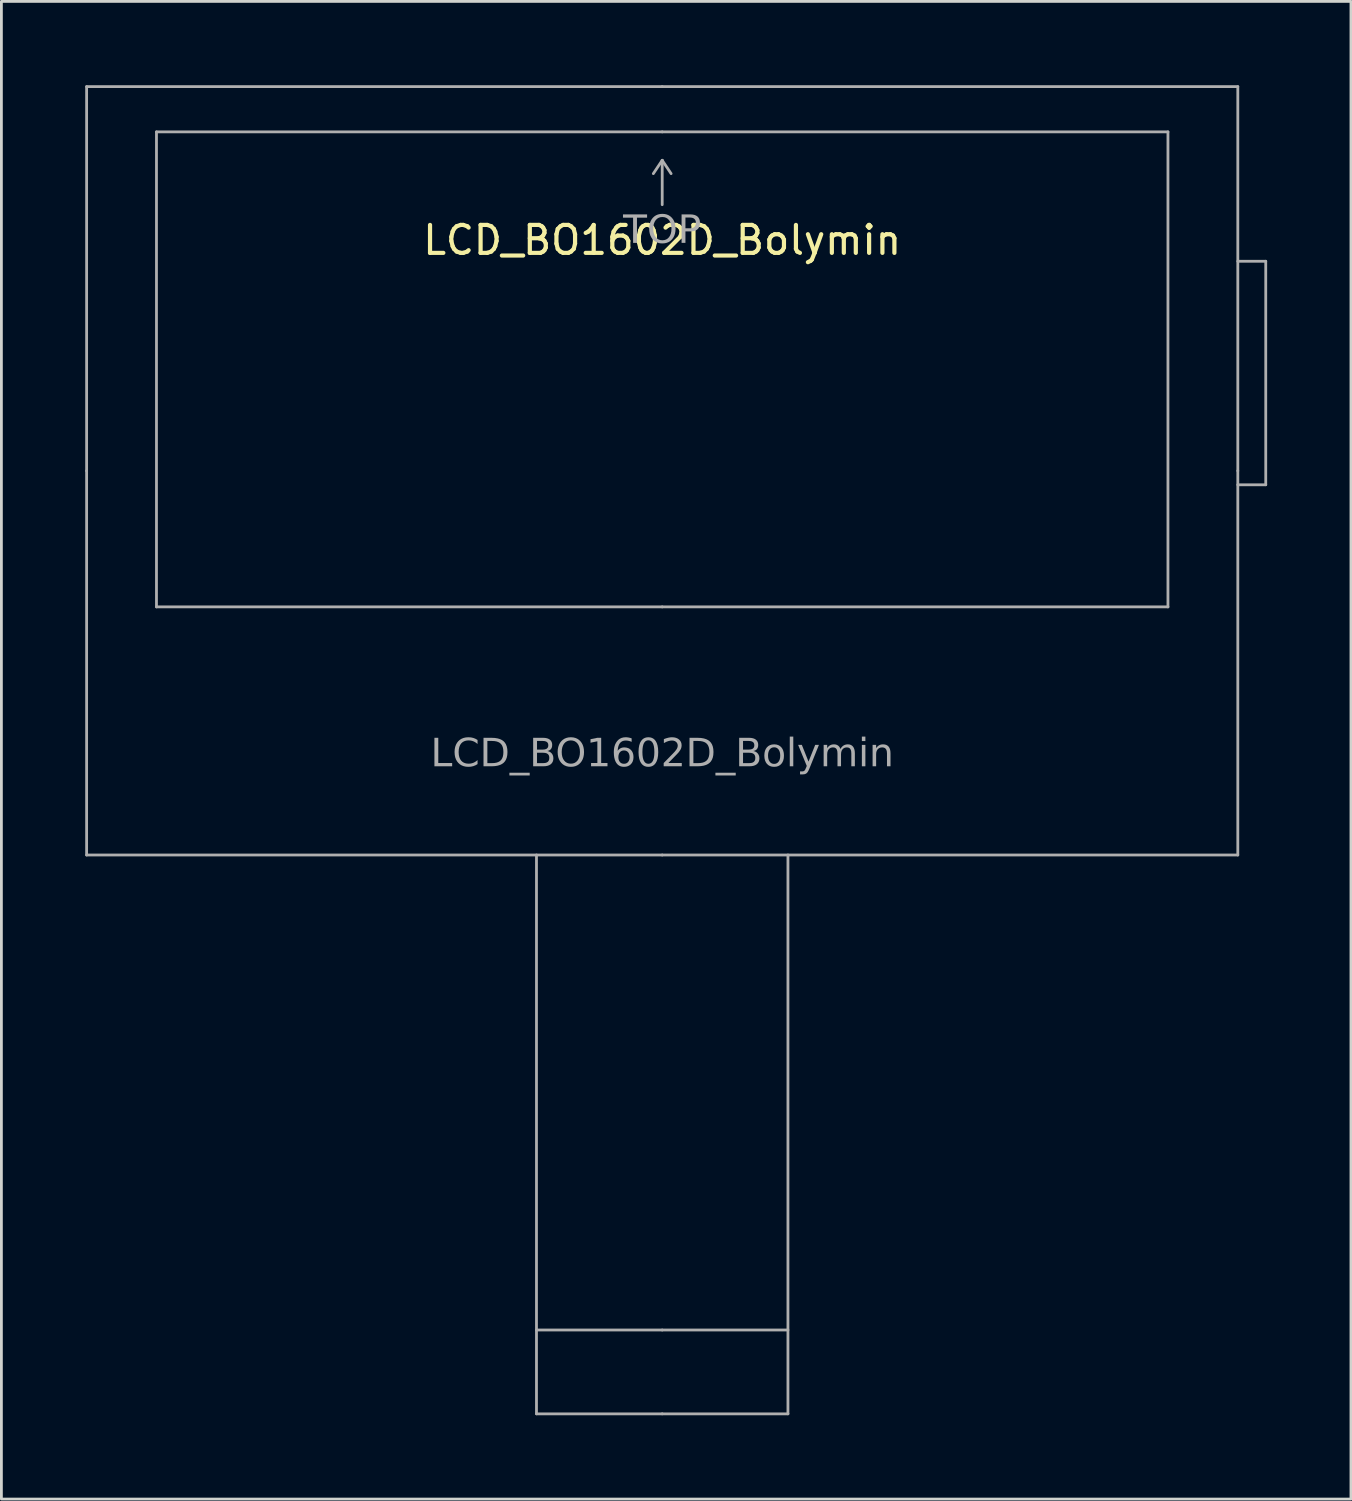
<source format=kicad_pcb>
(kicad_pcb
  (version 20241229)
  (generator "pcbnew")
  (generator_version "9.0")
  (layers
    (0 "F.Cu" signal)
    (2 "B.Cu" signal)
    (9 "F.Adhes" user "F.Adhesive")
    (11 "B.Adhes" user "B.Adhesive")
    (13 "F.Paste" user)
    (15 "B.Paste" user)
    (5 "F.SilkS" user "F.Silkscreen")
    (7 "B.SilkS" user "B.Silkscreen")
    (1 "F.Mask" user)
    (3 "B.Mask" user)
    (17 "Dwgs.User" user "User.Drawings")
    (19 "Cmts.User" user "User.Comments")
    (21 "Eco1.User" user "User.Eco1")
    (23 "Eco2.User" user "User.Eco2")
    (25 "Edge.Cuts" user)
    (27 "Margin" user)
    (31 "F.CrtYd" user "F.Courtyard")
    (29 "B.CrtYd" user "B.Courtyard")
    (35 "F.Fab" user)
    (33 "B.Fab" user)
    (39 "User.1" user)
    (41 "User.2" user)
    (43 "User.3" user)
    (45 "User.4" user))
  (footprint "LCD_BO1602D_Bolymin"
    (layer "F.Cu")
    (at 20.65 13.8)
    (property "Reference" "LCD_BO1602D_Bolymin" (at 0 -8.255 0) (layer "F.SilkS") (effects (font (size 1 1) (thickness 0.15))))
    (attr through_hole)
    (fp_line (start -20.6 0) (end -20.6 -13.75) (stroke (width 0.1) (type solid)) (layer "F.Fab"))
    (fp_line (start -20.6 0) (end -20.6 13.75) (stroke (width 0.1) (type solid)) (layer "F.Fab"))
    (fp_line (start -18.1 4.87) (end -18.1 -12.13) (stroke (width 0.1) (type solid)) (layer "F.Fab"))
    (fp_line (start -4.5 30.75) (end 0 30.75) (stroke (width 0.1) (type solid)) (layer "F.Fab"))
    (fp_line (start -4.5 33.75) (end -4.5 13.75) (stroke (width 0.1) (type solid)) (layer "F.Fab"))
    (fp_line (start -4.5 33.75) (end 0 33.75) (stroke (width 0.1) (type solid)) (layer "F.Fab"))
    (fp_line (start 0 -13.75) (end -20.6 -13.75) (stroke (width 0.1) (type solid)) (layer "F.Fab"))
    (fp_line (start 0 -13.75) (end 20.6 -13.75) (stroke (width 0.1) (type solid)) (layer "F.Fab"))
    (fp_line (start 0 -12.13) (end -18.1 -12.13) (stroke (width 0.1) (type solid)) (layer "F.Fab"))
    (fp_line (start 0 -12.13) (end 18.1 -12.13) (stroke (width 0.1) (type solid)) (layer "F.Fab"))
    (fp_line (start 0 -11.113) (end -0.318 -10.636) (stroke (width 0.1) (type default)) (layer "F.Fab"))
    (fp_line (start 0 -11.113) (end 0 -9.525) (stroke (width 0.1) (type default)) (layer "F.Fab"))
    (fp_line (start 0 -11.113) (end 0.318 -10.636) (stroke (width 0.1) (type default)) (layer "F.Fab"))
    (fp_line (start 0 4.87) (end -18.1 4.87) (stroke (width 0.1) (type solid)) (layer "F.Fab"))
    (fp_line (start 0 4.87) (end 18.1 4.87) (stroke (width 0.1) (type solid)) (layer "F.Fab"))
    (fp_line (start 0 13.75) (end -20.6 13.75) (stroke (width 0.1) (type solid)) (layer "F.Fab"))
    (fp_line (start 0 13.75) (end 20.6 13.75) (stroke (width 0.1) (type solid)) (layer "F.Fab"))
    (fp_line (start 4.5 30.75) (end 0 30.75) (stroke (width 0.1) (type solid)) (layer "F.Fab"))
    (fp_line (start 4.5 33.75) (end 0 33.75) (stroke (width 0.1) (type solid)) (layer "F.Fab"))
    (fp_line (start 4.5 33.75) (end 4.5 13.75) (stroke (width 0.1) (type solid)) (layer "F.Fab"))
    (fp_line (start 18.1 4.87) (end 18.1 -12.13) (stroke (width 0.1) (type solid)) (layer "F.Fab"))
    (fp_line (start 20.6 -7.5) (end 21.6 -7.5) (stroke (width 0.1) (type solid)) (layer "F.Fab"))
    (fp_line (start 20.6 0) (end 20.6 -13.75) (stroke (width 0.1) (type solid)) (layer "F.Fab"))
    (fp_line (start 20.6 0) (end 20.6 13.75) (stroke (width 0.1) (type solid)) (layer "F.Fab"))
    (fp_line (start 20.6 0.5) (end 21.6 0.5) (stroke (width 0.1) (type solid)) (layer "F.Fab"))
    (fp_line (start 21.6 0.5) (end 21.6 -7.5) (stroke (width 0.1) (type solid)) (layer "F.Fab"))
    (fp_text user "${REFERENCE}" (at 0 10.16 0) (layer "F.Fab") (effects (font (face "Tahoma") (size 1 1) (thickness 0.15))))
    (fp_text user "TOP" (at 0 -8.572 0) (unlocked yes) (layer "F.Fab") (effects (font (face "Tahoma") (size 1 1) (thickness 0.15)))))
  (gr_rect
    (start -3 -3)
    (end 45.3 50.6)
    (stroke (width 0.1) (type default))
    (fill no)
    (layer "Edge.Cuts")))
</source>
